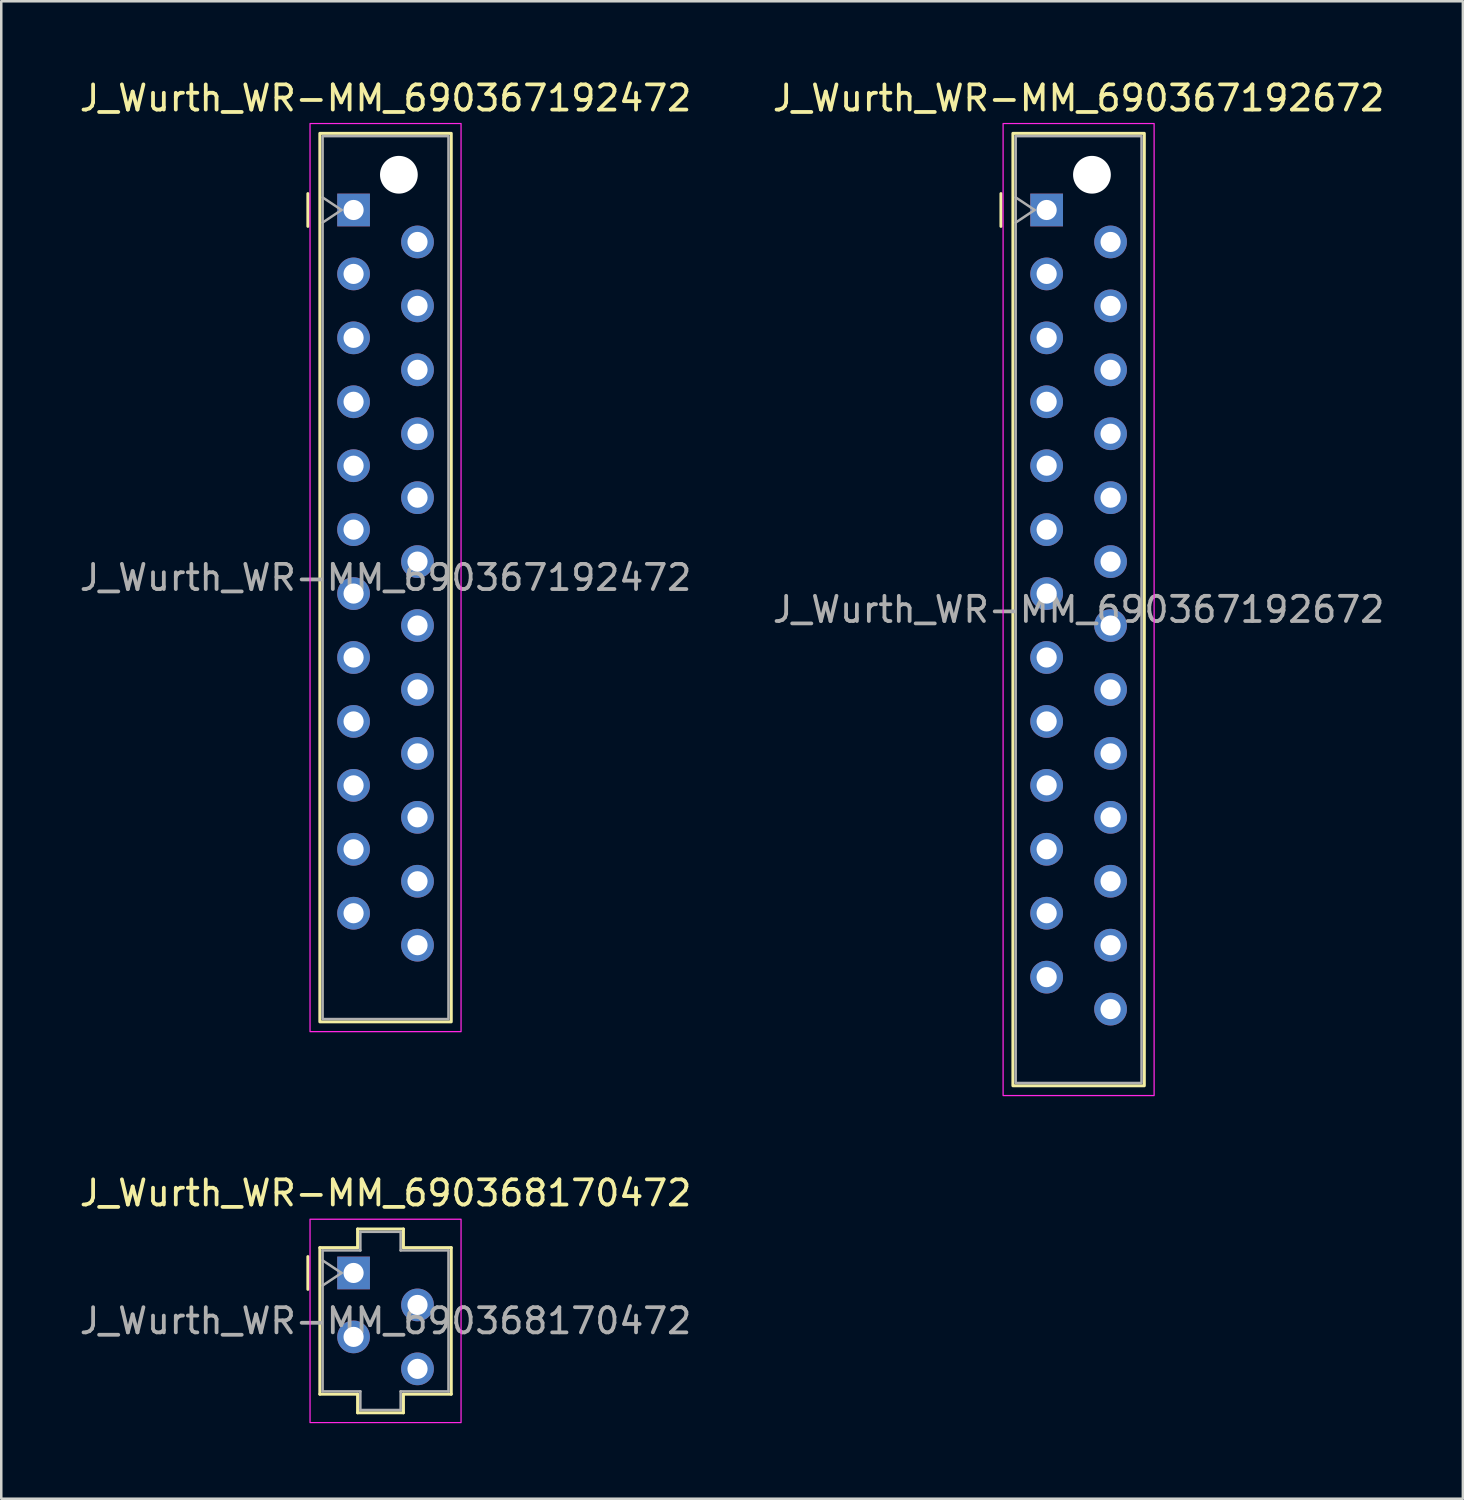
<source format=kicad_pcb>
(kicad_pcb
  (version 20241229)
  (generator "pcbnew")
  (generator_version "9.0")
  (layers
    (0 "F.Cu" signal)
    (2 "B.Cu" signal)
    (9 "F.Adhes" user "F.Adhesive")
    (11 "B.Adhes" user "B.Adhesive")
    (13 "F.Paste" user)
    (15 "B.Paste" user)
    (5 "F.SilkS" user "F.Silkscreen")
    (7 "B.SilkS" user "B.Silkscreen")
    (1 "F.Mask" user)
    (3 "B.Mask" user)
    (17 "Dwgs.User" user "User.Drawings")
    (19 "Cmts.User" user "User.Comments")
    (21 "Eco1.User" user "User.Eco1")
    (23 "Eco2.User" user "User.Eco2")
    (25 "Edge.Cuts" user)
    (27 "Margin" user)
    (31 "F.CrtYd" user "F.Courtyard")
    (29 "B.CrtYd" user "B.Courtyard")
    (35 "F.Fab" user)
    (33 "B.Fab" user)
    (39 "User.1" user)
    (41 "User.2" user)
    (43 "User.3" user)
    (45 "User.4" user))
  (footprint "J_Wurth_WR-MM_690367192672"
    (layer "F.Cu")
    (at 38.534 5.293)
    (property "Reference" "J_Wurth_WR-MM_690367192672" (at 1.27 -4.445 0) (unlocked yes) (layer "F.SilkS") (effects (font (size 1 1) (thickness 0.15))))
    (attr through_hole)
    (fp_line (start -1.815 0.65) (end -1.815 -0.65) (stroke (width 0.12) (type solid)) (layer "F.SilkS"))
    (fp_rect (start -1.34 -3.045) (end 3.88 34.795) (stroke (width 0.12) (type solid)) (fill no) (layer "F.SilkS"))
    (fp_rect (start -1.73 -3.435) (end 4.27 35.185) (stroke (width 0.05) (type solid)) (fill no) (layer "F.CrtYd"))
    (fp_line (start -0.48 0) (end -1.23 -0.5) (stroke (width 0.1) (type solid)) (layer "F.Fab"))
    (fp_line (start -0.48 0) (end -1.23 0.5) (stroke (width 0.1) (type solid)) (layer "F.Fab"))
    (fp_rect (start -1.23 -2.935) (end 3.77 34.685) (stroke (width 0.1) (type solid)) (fill no) (layer "F.Fab"))
    (fp_text user "${REFERENCE}" (at 1.27 15.875 0) (unlocked yes) (layer "F.Fab") (effects (font (size 1 1) (thickness 0.15))))
    (pad "" np_thru_hole circle (at 1.8 -1.4 90) (size 1.5 1.5) (drill 1.5) (layers "*.Cu" "*.Mask"))
    (pad "1" thru_hole rect (at 0 0 90) (size 1.3 1.3) (drill 0.8) (layers "*.Cu" "*.Mask"))
    (pad "2" thru_hole circle (at 2.54 1.27 90) (size 1.3 1.3) (drill 0.8) (layers "*.Cu" "*.Mask"))
    (pad "3" thru_hole circle (at 0 2.54 90) (size 1.3 1.3) (drill 0.8) (layers "*.Cu" "*.Mask"))
    (pad "4" thru_hole circle (at 2.54 3.81 90) (size 1.3 1.3) (drill 0.8) (layers "*.Cu" "*.Mask"))
    (pad "5" thru_hole circle (at 0 5.08 90) (size 1.3 1.3) (drill 0.8) (layers "*.Cu" "*.Mask"))
    (pad "6" thru_hole circle (at 2.54 6.35 90) (size 1.3 1.3) (drill 0.8) (layers "*.Cu" "*.Mask"))
    (pad "7" thru_hole circle (at 0 7.62 90) (size 1.3 1.3) (drill 0.8) (layers "*.Cu" "*.Mask"))
    (pad "8" thru_hole circle (at 2.54 8.89 90) (size 1.3 1.3) (drill 0.8) (layers "*.Cu" "*.Mask"))
    (pad "9" thru_hole circle (at 0 10.16 90) (size 1.3 1.3) (drill 0.8) (layers "*.Cu" "*.Mask"))
    (pad "10" thru_hole circle (at 2.54 11.43 90) (size 1.3 1.3) (drill 0.8) (layers "*.Cu" "*.Mask"))
    (pad "11" thru_hole circle (at 0 12.7 90) (size 1.3 1.3) (drill 0.8) (layers "*.Cu" "*.Mask"))
    (pad "12" thru_hole circle (at 2.54 13.97 90) (size 1.3 1.3) (drill 0.8) (layers "*.Cu" "*.Mask"))
    (pad "13" thru_hole circle (at 0 15.24 90) (size 1.3 1.3) (drill 0.8) (layers "*.Cu" "*.Mask"))
    (pad "14" thru_hole circle (at 2.54 16.51 90) (size 1.3 1.3) (drill 0.8) (layers "*.Cu" "*.Mask"))
    (pad "15" thru_hole circle (at 0 17.78 90) (size 1.3 1.3) (drill 0.8) (layers "*.Cu" "*.Mask"))
    (pad "16" thru_hole circle (at 2.54 19.05 90) (size 1.3 1.3) (drill 0.8) (layers "*.Cu" "*.Mask"))
    (pad "17" thru_hole circle (at 0 20.32 90) (size 1.3 1.3) (drill 0.8) (layers "*.Cu" "*.Mask"))
    (pad "18" thru_hole circle (at 2.54 21.59 90) (size 1.3 1.3) (drill 0.8) (layers "*.Cu" "*.Mask"))
    (pad "19" thru_hole circle (at 0 22.86 90) (size 1.3 1.3) (drill 0.8) (layers "*.Cu" "*.Mask"))
    (pad "20" thru_hole circle (at 2.54 24.13 90) (size 1.3 1.3) (drill 0.8) (layers "*.Cu" "*.Mask"))
    (pad "21" thru_hole circle (at 0 25.4 90) (size 1.3 1.3) (drill 0.8) (layers "*.Cu" "*.Mask"))
    (pad "22" thru_hole circle (at 2.54 26.67 90) (size 1.3 1.3) (drill 0.8) (layers "*.Cu" "*.Mask"))
    (pad "23" thru_hole circle (at 0 27.94 90) (size 1.3 1.3) (drill 0.8) (layers "*.Cu" "*.Mask"))
    (pad "24" thru_hole circle (at 2.54 29.21 90) (size 1.3 1.3) (drill 0.8) (layers "*.Cu" "*.Mask"))
    (pad "25" thru_hole circle (at 0 30.48 90) (size 1.3 1.3) (drill 0.8) (layers "*.Cu" "*.Mask"))
    (pad "26" thru_hole circle (at 2.54 31.75 90) (size 1.3 1.3) (drill 0.8) (layers "*.Cu" "*.Mask")))
  (footprint "J_Wurth_WR-MM_690367192472"
    (layer "F.Cu")
    (at 10.998 5.293)
    (property "Reference" "J_Wurth_WR-MM_690367192472" (at 1.27 -4.445 0) (unlocked yes) (layer "F.SilkS") (effects (font (size 1 1) (thickness 0.15))))
    (attr through_hole)
    (fp_line (start -1.815 0.65) (end -1.815 -0.65) (stroke (width 0.12) (type solid)) (layer "F.SilkS"))
    (fp_rect (start -1.34 -3.045) (end 3.88 32.255) (stroke (width 0.12) (type solid)) (fill no) (layer "F.SilkS"))
    (fp_rect (start -1.73 -3.435) (end 4.27 32.645) (stroke (width 0.05) (type solid)) (fill no) (layer "F.CrtYd"))
    (fp_line (start -0.48 0) (end -1.23 -0.5) (stroke (width 0.1) (type solid)) (layer "F.Fab"))
    (fp_line (start -0.48 0) (end -1.23 0.5) (stroke (width 0.1) (type solid)) (layer "F.Fab"))
    (fp_rect (start -1.23 -2.935) (end 3.77 32.145) (stroke (width 0.1) (type solid)) (fill no) (layer "F.Fab"))
    (fp_text user "${REFERENCE}" (at 1.27 14.605 0) (unlocked yes) (layer "F.Fab") (effects (font (size 1 1) (thickness 0.15))))
    (pad "" np_thru_hole circle (at 1.8 -1.4 90) (size 1.5 1.5) (drill 1.5) (layers "*.Cu" "*.Mask"))
    (pad "1" thru_hole rect (at 0 0 90) (size 1.3 1.3) (drill 0.8) (layers "*.Cu" "*.Mask"))
    (pad "2" thru_hole circle (at 2.54 1.27 90) (size 1.3 1.3) (drill 0.8) (layers "*.Cu" "*.Mask"))
    (pad "3" thru_hole circle (at 0 2.54 90) (size 1.3 1.3) (drill 0.8) (layers "*.Cu" "*.Mask"))
    (pad "4" thru_hole circle (at 2.54 3.81 90) (size 1.3 1.3) (drill 0.8) (layers "*.Cu" "*.Mask"))
    (pad "5" thru_hole circle (at 0 5.08 90) (size 1.3 1.3) (drill 0.8) (layers "*.Cu" "*.Mask"))
    (pad "6" thru_hole circle (at 2.54 6.35 90) (size 1.3 1.3) (drill 0.8) (layers "*.Cu" "*.Mask"))
    (pad "7" thru_hole circle (at 0 7.62 90) (size 1.3 1.3) (drill 0.8) (layers "*.Cu" "*.Mask"))
    (pad "8" thru_hole circle (at 2.54 8.89 90) (size 1.3 1.3) (drill 0.8) (layers "*.Cu" "*.Mask"))
    (pad "9" thru_hole circle (at 0 10.16 90) (size 1.3 1.3) (drill 0.8) (layers "*.Cu" "*.Mask"))
    (pad "10" thru_hole circle (at 2.54 11.43 90) (size 1.3 1.3) (drill 0.8) (layers "*.Cu" "*.Mask"))
    (pad "11" thru_hole circle (at 0 12.7 90) (size 1.3 1.3) (drill 0.8) (layers "*.Cu" "*.Mask"))
    (pad "12" thru_hole circle (at 2.54 13.97 90) (size 1.3 1.3) (drill 0.8) (layers "*.Cu" "*.Mask"))
    (pad "13" thru_hole circle (at 0 15.24 90) (size 1.3 1.3) (drill 0.8) (layers "*.Cu" "*.Mask"))
    (pad "14" thru_hole circle (at 2.54 16.51 90) (size 1.3 1.3) (drill 0.8) (layers "*.Cu" "*.Mask"))
    (pad "15" thru_hole circle (at 0 17.78 90) (size 1.3 1.3) (drill 0.8) (layers "*.Cu" "*.Mask"))
    (pad "16" thru_hole circle (at 2.54 19.05 90) (size 1.3 1.3) (drill 0.8) (layers "*.Cu" "*.Mask"))
    (pad "17" thru_hole circle (at 0 20.32 90) (size 1.3 1.3) (drill 0.8) (layers "*.Cu" "*.Mask"))
    (pad "18" thru_hole circle (at 2.54 21.59 90) (size 1.3 1.3) (drill 0.8) (layers "*.Cu" "*.Mask"))
    (pad "19" thru_hole circle (at 0 22.86 90) (size 1.3 1.3) (drill 0.8) (layers "*.Cu" "*.Mask"))
    (pad "20" thru_hole circle (at 2.54 24.13 90) (size 1.3 1.3) (drill 0.8) (layers "*.Cu" "*.Mask"))
    (pad "21" thru_hole circle (at 0 25.4 90) (size 1.3 1.3) (drill 0.8) (layers "*.Cu" "*.Mask"))
    (pad "22" thru_hole circle (at 2.54 26.67 90) (size 1.3 1.3) (drill 0.8) (layers "*.Cu" "*.Mask"))
    (pad "23" thru_hole circle (at 0 27.94 90) (size 1.3 1.3) (drill 0.8) (layers "*.Cu" "*.Mask"))
    (pad "24" thru_hole circle (at 2.54 29.21 90) (size 1.3 1.3) (drill 0.8) (layers "*.Cu" "*.Mask")))
  (footprint "J_Wurth_WR-MM_690368170472"
    (layer "F.Cu")
    (at 10.998 47.526)
    (property "Reference" "J_Wurth_WR-MM_690368170472" (at 1.27 -3.175 0) (unlocked yes) (layer "F.SilkS") (effects (font (size 1 1) (thickness 0.15))))
    (attr through_hole)
    (fp_line (start -1.815 0.65) (end -1.815 -0.65) (stroke (width 0.12) (type solid)) (layer "F.SilkS"))
    (fp_line (start -1.34 4.815) (end -1.34 -1.005) (stroke (width 0.12) (type solid)) (layer "F.SilkS"))
    (fp_line (start 0.16 -1.005) (end -1.34 -1.005) (stroke (width 0.12) (type solid)) (layer "F.SilkS"))
    (fp_line (start 0.16 -1.005) (end 0.16 -1.745) (stroke (width 0.12) (type solid)) (layer "F.SilkS"))
    (fp_line (start 0.16 4.815) (end -1.34 4.815) (stroke (width 0.12) (type solid)) (layer "F.SilkS"))
    (fp_line (start 0.16 4.815) (end 0.16 5.555) (stroke (width 0.12) (type solid)) (layer "F.SilkS"))
    (fp_line (start 1.98 -1.745) (end 0.16 -1.745) (stroke (width 0.12) (type solid)) (layer "F.SilkS"))
    (fp_line (start 1.98 -1.005) (end 1.98 -1.745) (stroke (width 0.12) (type solid)) (layer "F.SilkS"))
    (fp_line (start 1.98 4.815) (end 1.98 5.555) (stroke (width 0.12) (type solid)) (layer "F.SilkS"))
    (fp_line (start 1.98 5.555) (end 0.16 5.555) (stroke (width 0.12) (type solid)) (layer "F.SilkS"))
    (fp_line (start 3.88 -1.005) (end 1.98 -1.005) (stroke (width 0.12) (type solid)) (layer "F.SilkS"))
    (fp_line (start 3.88 4.815) (end 1.98 4.815) (stroke (width 0.12) (type solid)) (layer "F.SilkS"))
    (fp_line (start 3.88 4.815) (end 3.88 -1.005) (stroke (width 0.12) (type solid)) (layer "F.SilkS"))
    (fp_rect (start -1.73 -2.135) (end 4.27 5.945) (stroke (width 0.05) (type solid)) (fill no) (layer "F.CrtYd"))
    (fp_line (start -1.23 4.705) (end -1.23 -0.895) (stroke (width 0.1) (type solid)) (layer "F.Fab"))
    (fp_line (start -0.48 0) (end -1.23 -0.5) (stroke (width 0.1) (type solid)) (layer "F.Fab"))
    (fp_line (start -0.48 0) (end -1.23 0.5) (stroke (width 0.1) (type solid)) (layer "F.Fab"))
    (fp_line (start 0.27 -1.635) (end 1.87 -1.635) (stroke (width 0.1) (type solid)) (layer "F.Fab"))
    (fp_line (start 0.27 -0.895) (end -1.23 -0.895) (stroke (width 0.1) (type solid)) (layer "F.Fab"))
    (fp_line (start 0.27 -0.895) (end 0.27 -1.635) (stroke (width 0.1) (type solid)) (layer "F.Fab"))
    (fp_line (start 0.27 4.705) (end -1.23 4.705) (stroke (width 0.1) (type solid)) (layer "F.Fab"))
    (fp_line (start 0.27 4.705) (end 0.27 5.445) (stroke (width 0.1) (type solid)) (layer "F.Fab"))
    (fp_line (start 0.27 5.445) (end 1.87 5.445) (stroke (width 0.1) (type solid)) (layer "F.Fab"))
    (fp_line (start 1.87 -0.895) (end 1.87 -1.635) (stroke (width 0.1) (type solid)) (layer "F.Fab"))
    (fp_line (start 1.87 -0.895) (end 3.77 -0.895) (stroke (width 0.1) (type solid)) (layer "F.Fab"))
    (fp_line (start 1.87 4.705) (end 1.87 5.445) (stroke (width 0.1) (type solid)) (layer "F.Fab"))
    (fp_line (start 1.87 4.705) (end 3.77 4.705) (stroke (width 0.1) (type solid)) (layer "F.Fab"))
    (fp_line (start 3.77 4.705) (end 3.77 -0.895) (stroke (width 0.1) (type solid)) (layer "F.Fab"))
    (fp_text user "${REFERENCE}" (at 1.27 1.905 0) (unlocked yes) (layer "F.Fab") (effects (font (size 1 1) (thickness 0.15))))
    (pad "1" thru_hole rect (at 0 0 90) (size 1.3 1.3) (drill 0.8) (layers "*.Cu" "*.Mask"))
    (pad "2" thru_hole circle (at 2.54 1.27 90) (size 1.3 1.3) (drill 0.8) (layers "*.Cu" "*.Mask"))
    (pad "3" thru_hole circle (at 0 2.54 90) (size 1.3 1.3) (drill 0.8) (layers "*.Cu" "*.Mask"))
    (pad "4" thru_hole circle (at 2.54 3.81 90) (size 1.3 1.3) (drill 0.8) (layers "*.Cu" "*.Mask")))
  (gr_rect
    (start -3 -3)
    (end 55.071 56.496)
    (stroke (width 0.1) (type default))
    (fill no)
    (layer "Edge.Cuts")))
</source>
